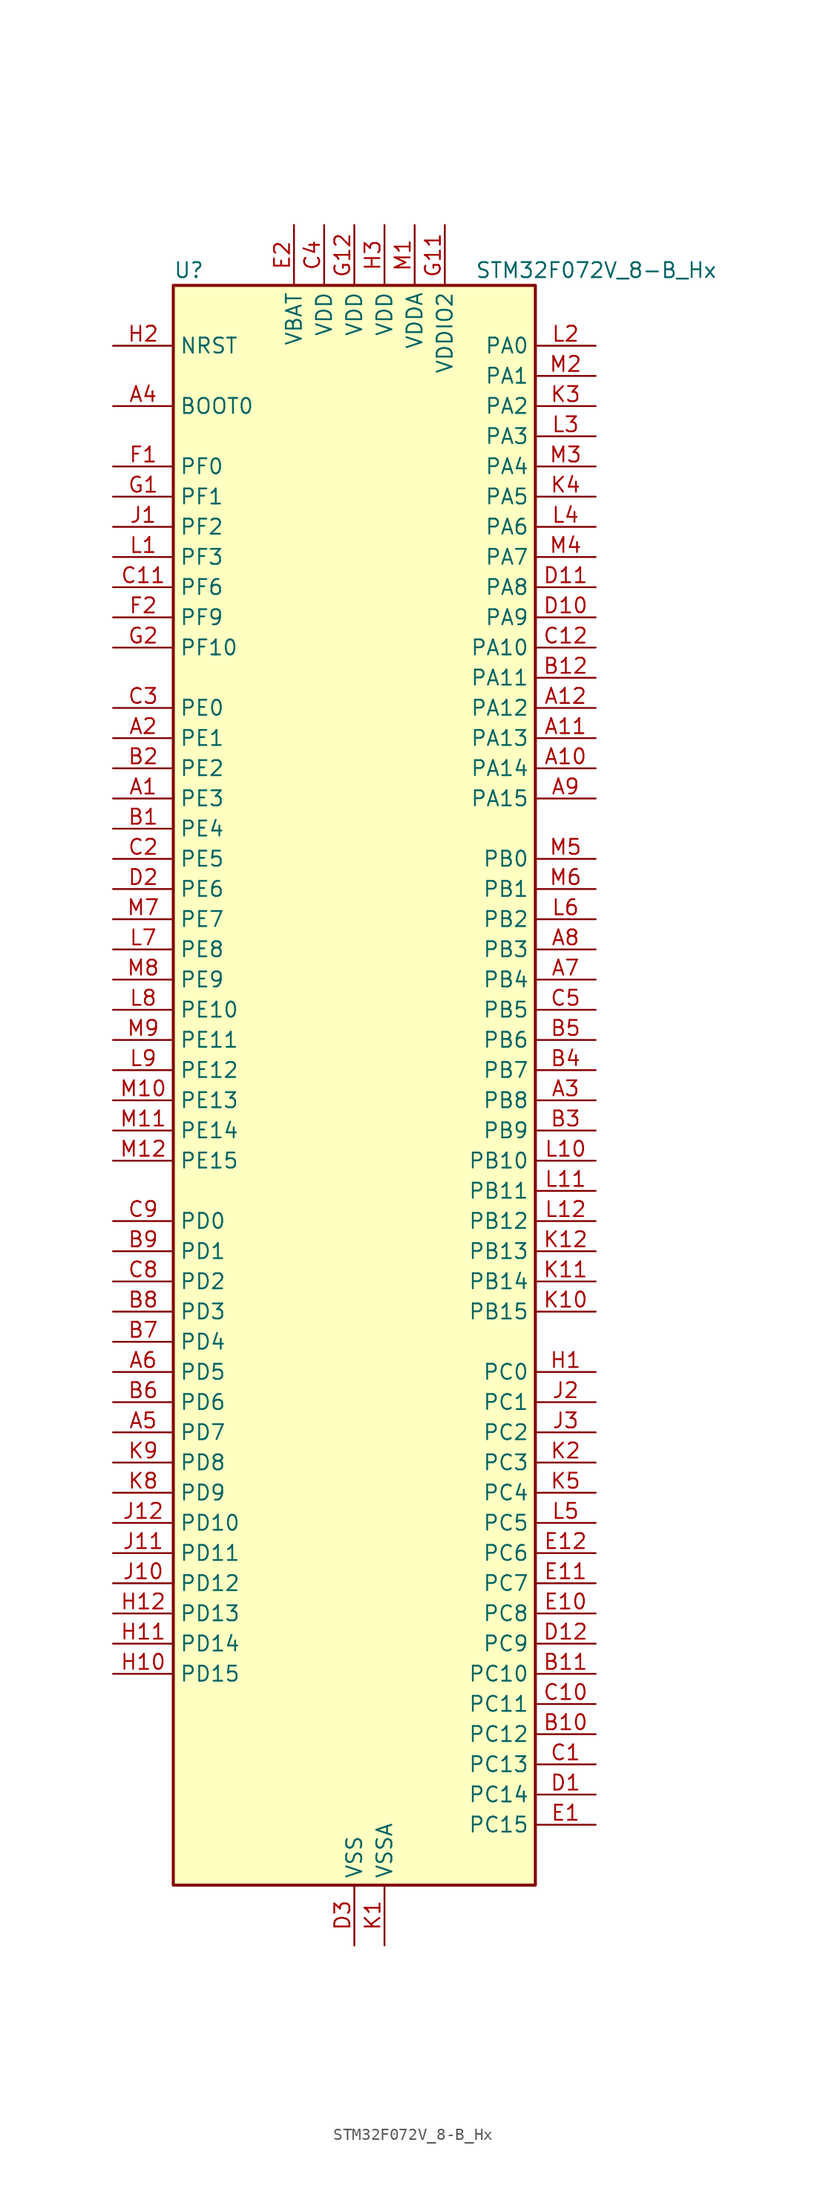
<source format=kicad_sym>
(kicad_symbol_lib
  (version 20241209)
  (generator "kicad_symbol_editor")
  (generator_version "9.0")
  (symbol "STM32F072V_8-B_Hx"
    (property "Reference" "U"
      (at -15.24 69.85 0)
      (effects (font (size 1.27 1.27)) (justify left)))
    (property "Value" "STM32F072V_8-B_Hx"
      (at 10.16 69.85 0)
      (effects (font (size 1.27 1.27)) (justify left)))
    (symbol "STM32F072V_8-B_Hx_0_1"
      (rectangle (start -15.24 -66.04) (end 15.24 68.58) (stroke (width 0.254) (type default)) (fill (type background))))
    (symbol "STM32F072V_8-B_Hx_1_1"
      (pin input line (at -20.32 63.5 0) (length 5.08) (name "NRST" (effects (font (size 1.27 1.27)))) (number "H2" (effects (font (size 1.27 1.27)))))
      (pin input line (at -20.32 58.42 0) (length 5.08) (name "BOOT0" (effects (font (size 1.27 1.27)))) (number "A4" (effects (font (size 1.27 1.27)))))
      (pin bidirectional line (at -20.32 53.34 0) (length 5.08) (name "PF0" (effects (font (size 1.27 1.27)))) (number "F1" (effects (font (size 1.27 1.27)))) (alternate "CRS_SYNC" bidirectional line) (alternate "RCC_OSC_IN" bidirectional line))
      (pin bidirectional line (at -20.32 50.8 0) (length 5.08) (name "PF1" (effects (font (size 1.27 1.27)))) (number "G1" (effects (font (size 1.27 1.27)))) (alternate "RCC_OSC_OUT" bidirectional line))
      (pin bidirectional line (at -20.32 48.26 0) (length 5.08) (name "PF2" (effects (font (size 1.27 1.27)))) (number "J1" (effects (font (size 1.27 1.27)))) (alternate "SYS_WKUP8" bidirectional line))
      (pin bidirectional line (at -20.32 45.72 0) (length 5.08) (name "PF3" (effects (font (size 1.27 1.27)))) (number "L1" (effects (font (size 1.27 1.27)))))
      (pin bidirectional line (at -20.32 43.18 0) (length 5.08) (name "PF6" (effects (font (size 1.27 1.27)))) (number "C11" (effects (font (size 1.27 1.27)))))
      (pin bidirectional line (at -20.32 40.64 0) (length 5.08) (name "PF9" (effects (font (size 1.27 1.27)))) (number "F2" (effects (font (size 1.27 1.27)))) (alternate "DAC_EXTI9" bidirectional line) (alternate "TIM15_CH1" bidirectional line))
      (pin bidirectional line (at -20.32 38.1 0) (length 5.08) (name "PF10" (effects (font (size 1.27 1.27)))) (number "G2" (effects (font (size 1.27 1.27)))) (alternate "TIM15_CH2" bidirectional line))
      (pin bidirectional line (at -20.32 33.02 0) (length 5.08) (name "PE0" (effects (font (size 1.27 1.27)))) (number "C3" (effects (font (size 1.27 1.27)))) (alternate "TIM16_CH1" bidirectional line))
      (pin bidirectional line (at -20.32 30.48 0) (length 5.08) (name "PE1" (effects (font (size 1.27 1.27)))) (number "A2" (effects (font (size 1.27 1.27)))) (alternate "TIM17_CH1" bidirectional line))
      (pin bidirectional line (at -20.32 27.94 0) (length 5.08) (name "PE2" (effects (font (size 1.27 1.27)))) (number "B2" (effects (font (size 1.27 1.27)))) (alternate "TIM3_ETR" bidirectional line) (alternate "TSC_G7_IO1" bidirectional line))
      (pin bidirectional line (at -20.32 25.4 0) (length 5.08) (name "PE3" (effects (font (size 1.27 1.27)))) (number "A1" (effects (font (size 1.27 1.27)))) (alternate "TIM3_CH1" bidirectional line) (alternate "TSC_G7_IO2" bidirectional line))
      (pin bidirectional line (at -20.32 22.86 0) (length 5.08) (name "PE4" (effects (font (size 1.27 1.27)))) (number "B1" (effects (font (size 1.27 1.27)))) (alternate "TIM3_CH2" bidirectional line) (alternate "TSC_G7_IO3" bidirectional line))
      (pin bidirectional line (at -20.32 20.32 0) (length 5.08) (name "PE5" (effects (font (size 1.27 1.27)))) (number "C2" (effects (font (size 1.27 1.27)))) (alternate "TIM3_CH3" bidirectional line) (alternate "TSC_G7_IO4" bidirectional line))
      (pin bidirectional line (at -20.32 17.78 0) (length 5.08) (name "PE6" (effects (font (size 1.27 1.27)))) (number "D2" (effects (font (size 1.27 1.27)))) (alternate "RTC_TAMP3" bidirectional line) (alternate "SYS_WKUP3" bidirectional line) (alternate "TIM3_CH4" bidirectional line))
      (pin bidirectional line (at -20.32 15.24 0) (length 5.08) (name "PE7" (effects (font (size 1.27 1.27)))) (number "M7" (effects (font (size 1.27 1.27)))) (alternate "TIM1_ETR" bidirectional line))
      (pin bidirectional line (at -20.32 12.7 0) (length 5.08) (name "PE8" (effects (font (size 1.27 1.27)))) (number "L7" (effects (font (size 1.27 1.27)))) (alternate "TIM1_CH1N" bidirectional line))
      (pin bidirectional line (at -20.32 10.16 0) (length 5.08) (name "PE9" (effects (font (size 1.27 1.27)))) (number "M8" (effects (font (size 1.27 1.27)))) (alternate "DAC_EXTI9" bidirectional line) (alternate "TIM1_CH1" bidirectional line))
      (pin bidirectional line (at -20.32 7.62 0) (length 5.08) (name "PE10" (effects (font (size 1.27 1.27)))) (number "L8" (effects (font (size 1.27 1.27)))) (alternate "TIM1_CH2N" bidirectional line))
      (pin bidirectional line (at -20.32 5.08 0) (length 5.08) (name "PE11" (effects (font (size 1.27 1.27)))) (number "M9" (effects (font (size 1.27 1.27)))) (alternate "TIM1_CH2" bidirectional line))
      (pin bidirectional line (at -20.32 2.54 0) (length 5.08) (name "PE12" (effects (font (size 1.27 1.27)))) (number "L9" (effects (font (size 1.27 1.27)))) (alternate "I2S1_WS" bidirectional line) (alternate "SPI1_NSS" bidirectional line) (alternate "TIM1_CH3N" bidirectional line))
      (pin bidirectional line (at -20.32 0 0) (length 5.08) (name "PE13" (effects (font (size 1.27 1.27)))) (number "M10" (effects (font (size 1.27 1.27)))) (alternate "I2S1_CK" bidirectional line) (alternate "SPI1_SCK" bidirectional line) (alternate "TIM1_CH3" bidirectional line))
      (pin bidirectional line (at -20.32 -2.54 0) (length 5.08) (name "PE14" (effects (font (size 1.27 1.27)))) (number "M11" (effects (font (size 1.27 1.27)))) (alternate "I2S1_MCK" bidirectional line) (alternate "SPI1_MISO" bidirectional line) (alternate "TIM1_CH4" bidirectional line))
      (pin bidirectional line (at -20.32 -5.08 0) (length 5.08) (name "PE15" (effects (font (size 1.27 1.27)))) (number "M12" (effects (font (size 1.27 1.27)))) (alternate "I2S1_SD" bidirectional line) (alternate "SPI1_MOSI" bidirectional line) (alternate "TIM1_BKIN" bidirectional line))
      (pin bidirectional line (at -20.32 -10.16 0) (length 5.08) (name "PD0" (effects (font (size 1.27 1.27)))) (number "C9" (effects (font (size 1.27 1.27)))) (alternate "CAN_RX" bidirectional line) (alternate "I2S2_WS" bidirectional line) (alternate "SPI2_NSS" bidirectional line))
      (pin bidirectional line (at -20.32 -12.7 0) (length 5.08) (name "PD1" (effects (font (size 1.27 1.27)))) (number "B9" (effects (font (size 1.27 1.27)))) (alternate "CAN_TX" bidirectional line) (alternate "I2S2_CK" bidirectional line) (alternate "SPI2_SCK" bidirectional line))
      (pin bidirectional line (at -20.32 -15.24 0) (length 5.08) (name "PD2" (effects (font (size 1.27 1.27)))) (number "C8" (effects (font (size 1.27 1.27)))) (alternate "TIM3_ETR" bidirectional line) (alternate "USART3_DE" bidirectional line) (alternate "USART3_RTS" bidirectional line))
      (pin bidirectional line (at -20.32 -17.78 0) (length 5.08) (name "PD3" (effects (font (size 1.27 1.27)))) (number "B8" (effects (font (size 1.27 1.27)))) (alternate "I2S2_MCK" bidirectional line) (alternate "SPI2_MISO" bidirectional line) (alternate "USART2_CTS" bidirectional line))
      (pin bidirectional line (at -20.32 -20.32 0) (length 5.08) (name "PD4" (effects (font (size 1.27 1.27)))) (number "B7" (effects (font (size 1.27 1.27)))) (alternate "I2S2_SD" bidirectional line) (alternate "SPI2_MOSI" bidirectional line) (alternate "USART2_DE" bidirectional line) (alternate "USART2_RTS" bidirectional line))
      (pin bidirectional line (at -20.32 -22.86 0) (length 5.08) (name "PD5" (effects (font (size 1.27 1.27)))) (number "A6" (effects (font (size 1.27 1.27)))) (alternate "USART2_TX" bidirectional line))
      (pin bidirectional line (at -20.32 -25.4 0) (length 5.08) (name "PD6" (effects (font (size 1.27 1.27)))) (number "B6" (effects (font (size 1.27 1.27)))) (alternate "USART2_RX" bidirectional line))
      (pin bidirectional line (at -20.32 -27.94 0) (length 5.08) (name "PD7" (effects (font (size 1.27 1.27)))) (number "A5" (effects (font (size 1.27 1.27)))) (alternate "USART2_CK" bidirectional line))
      (pin bidirectional line (at -20.32 -30.48 0) (length 5.08) (name "PD8" (effects (font (size 1.27 1.27)))) (number "K9" (effects (font (size 1.27 1.27)))) (alternate "USART3_TX" bidirectional line))
      (pin bidirectional line (at -20.32 -33.02 0) (length 5.08) (name "PD9" (effects (font (size 1.27 1.27)))) (number "K8" (effects (font (size 1.27 1.27)))) (alternate "DAC_EXTI9" bidirectional line) (alternate "USART3_RX" bidirectional line))
      (pin bidirectional line (at -20.32 -35.56 0) (length 5.08) (name "PD10" (effects (font (size 1.27 1.27)))) (number "J12" (effects (font (size 1.27 1.27)))) (alternate "USART3_CK" bidirectional line))
      (pin bidirectional line (at -20.32 -38.1 0) (length 5.08) (name "PD11" (effects (font (size 1.27 1.27)))) (number "J11" (effects (font (size 1.27 1.27)))) (alternate "USART3_CTS" bidirectional line))
      (pin bidirectional line (at -20.32 -40.64 0) (length 5.08) (name "PD12" (effects (font (size 1.27 1.27)))) (number "J10" (effects (font (size 1.27 1.27)))) (alternate "TSC_G8_IO1" bidirectional line) (alternate "USART3_DE" bidirectional line) (alternate "USART3_RTS" bidirectional line))
      (pin bidirectional line (at -20.32 -43.18 0) (length 5.08) (name "PD13" (effects (font (size 1.27 1.27)))) (number "H12" (effects (font (size 1.27 1.27)))) (alternate "TSC_G8_IO2" bidirectional line))
      (pin bidirectional line (at -20.32 -45.72 0) (length 5.08) (name "PD14" (effects (font (size 1.27 1.27)))) (number "H11" (effects (font (size 1.27 1.27)))) (alternate "TSC_G8_IO3" bidirectional line))
      (pin bidirectional line (at -20.32 -48.26 0) (length 5.08) (name "PD15" (effects (font (size 1.27 1.27)))) (number "H10" (effects (font (size 1.27 1.27)))) (alternate "CRS_SYNC" bidirectional line) (alternate "TSC_G8_IO4" bidirectional line))
      (pin no_connect line (at -15.24 -66.04 0) (length 5.08) (hide yes) (name "NC" (effects (font (size 1.27 1.27)))) (number "E3" (effects (font (size 1.27 1.27)))))
      (pin power_in line (at -5.08 73.66 270) (length 5.08) (name "VBAT" (effects (font (size 1.27 1.27)))) (number "E2" (effects (font (size 1.27 1.27)))))
      (pin power_in line (at -2.54 73.66 270) (length 5.08) (name "VDD" (effects (font (size 1.27 1.27)))) (number "C4" (effects (font (size 1.27 1.27)))))
      (pin power_in line (at 0 73.66 270) (length 5.08) (name "VDD" (effects (font (size 1.27 1.27)))) (number "G12" (effects (font (size 1.27 1.27)))))
      (pin power_in line (at 0 -71.12 90) (length 5.08) (name "VSS" (effects (font (size 1.27 1.27)))) (number "D3" (effects (font (size 1.27 1.27)))))
      (pin passive line (at 0 -71.12 90) (length 5.08) (hide yes) (name "VSS" (effects (font (size 1.27 1.27)))) (number "F11" (effects (font (size 1.27 1.27)))))
      (pin passive line (at 0 -71.12 90) (length 5.08) (hide yes) (name "VSS" (effects (font (size 1.27 1.27)))) (number "F12" (effects (font (size 1.27 1.27)))))
      (pin power_in line (at 2.54 73.66 270) (length 5.08) (name "VDD" (effects (font (size 1.27 1.27)))) (number "H3" (effects (font (size 1.27 1.27)))))
      (pin power_in line (at 2.54 -71.12 90) (length 5.08) (name "VSSA" (effects (font (size 1.27 1.27)))) (number "K1" (effects (font (size 1.27 1.27)))))
      (pin power_in line (at 5.08 73.66 270) (length 5.08) (name "VDDA" (effects (font (size 1.27 1.27)))) (number "M1" (effects (font (size 1.27 1.27)))))
      (pin power_in line (at 7.62 73.66 270) (length 5.08) (name "VDDIO2" (effects (font (size 1.27 1.27)))) (number "G11" (effects (font (size 1.27 1.27)))))
      (pin bidirectional line (at 20.32 63.5 180) (length 5.08) (name "PA0" (effects (font (size 1.27 1.27)))) (number "L2" (effects (font (size 1.27 1.27)))) (alternate "ADC_IN0" bidirectional line) (alternate "COMP1_INM" bidirectional line) (alternate "COMP1_OUT" bidirectional line) (alternate "RTC_TAMP2" bidirectional line) (alternate "SYS_WKUP1" bidirectional line) (alternate "TIM2_CH1" bidirectional line) (alternate "TIM2_ETR" bidirectional line) (alternate "TSC_G1_IO1" bidirectional line) (alternate "USART2_CTS" bidirectional line) (alternate "USART4_TX" bidirectional line))
      (pin bidirectional line (at 20.32 60.96 180) (length 5.08) (name "PA1" (effects (font (size 1.27 1.27)))) (number "M2" (effects (font (size 1.27 1.27)))) (alternate "ADC_IN1" bidirectional line) (alternate "COMP1_INP" bidirectional line) (alternate "TIM15_CH1N" bidirectional line) (alternate "TIM2_CH2" bidirectional line) (alternate "TSC_G1_IO2" bidirectional line) (alternate "USART2_DE" bidirectional line) (alternate "USART2_RTS" bidirectional line) (alternate "USART4_RX" bidirectional line))
      (pin bidirectional line (at 20.32 58.42 180) (length 5.08) (name "PA2" (effects (font (size 1.27 1.27)))) (number "K3" (effects (font (size 1.27 1.27)))) (alternate "ADC_IN2" bidirectional line) (alternate "COMP2_INM" bidirectional line) (alternate "COMP2_OUT" bidirectional line) (alternate "SYS_WKUP4" bidirectional line) (alternate "TIM15_CH1" bidirectional line) (alternate "TIM2_CH3" bidirectional line) (alternate "TSC_G1_IO3" bidirectional line) (alternate "USART2_TX" bidirectional line))
      (pin bidirectional line (at 20.32 55.88 180) (length 5.08) (name "PA3" (effects (font (size 1.27 1.27)))) (number "L3" (effects (font (size 1.27 1.27)))) (alternate "ADC_IN3" bidirectional line) (alternate "COMP2_INP" bidirectional line) (alternate "TIM15_CH2" bidirectional line) (alternate "TIM2_CH4" bidirectional line) (alternate "TSC_G1_IO4" bidirectional line) (alternate "USART2_RX" bidirectional line))
      (pin bidirectional line (at 20.32 53.34 180) (length 5.08) (name "PA4" (effects (font (size 1.27 1.27)))) (number "M3" (effects (font (size 1.27 1.27)))) (alternate "ADC_IN4" bidirectional line) (alternate "COMP1_INM" bidirectional line) (alternate "COMP2_INM" bidirectional line) (alternate "DAC_OUT1" bidirectional line) (alternate "I2S1_WS" bidirectional line) (alternate "SPI1_NSS" bidirectional line) (alternate "TIM14_CH1" bidirectional line) (alternate "TSC_G2_IO1" bidirectional line) (alternate "USART2_CK" bidirectional line))
      (pin bidirectional line (at 20.32 50.8 180) (length 5.08) (name "PA5" (effects (font (size 1.27 1.27)))) (number "K4" (effects (font (size 1.27 1.27)))) (alternate "ADC_IN5" bidirectional line) (alternate "CEC" bidirectional line) (alternate "COMP1_INM" bidirectional line) (alternate "COMP2_INM" bidirectional line) (alternate "DAC_OUT2" bidirectional line) (alternate "I2S1_CK" bidirectional line) (alternate "SPI1_SCK" bidirectional line) (alternate "TIM2_CH1" bidirectional line) (alternate "TIM2_ETR" bidirectional line) (alternate "TSC_G2_IO2" bidirectional line))
      (pin bidirectional line (at 20.32 48.26 180) (length 5.08) (name "PA6" (effects (font (size 1.27 1.27)))) (number "L4" (effects (font (size 1.27 1.27)))) (alternate "ADC_IN6" bidirectional line) (alternate "COMP1_OUT" bidirectional line) (alternate "I2S1_MCK" bidirectional line) (alternate "SPI1_MISO" bidirectional line) (alternate "TIM16_CH1" bidirectional line) (alternate "TIM1_BKIN" bidirectional line) (alternate "TIM3_CH1" bidirectional line) (alternate "TSC_G2_IO3" bidirectional line) (alternate "USART3_CTS" bidirectional line))
      (pin bidirectional line (at 20.32 45.72 180) (length 5.08) (name "PA7" (effects (font (size 1.27 1.27)))) (number "M4" (effects (font (size 1.27 1.27)))) (alternate "ADC_IN7" bidirectional line) (alternate "COMP2_OUT" bidirectional line) (alternate "I2S1_SD" bidirectional line) (alternate "SPI1_MOSI" bidirectional line) (alternate "TIM14_CH1" bidirectional line) (alternate "TIM17_CH1" bidirectional line) (alternate "TIM1_CH1N" bidirectional line) (alternate "TIM3_CH2" bidirectional line) (alternate "TSC_G2_IO4" bidirectional line))
      (pin bidirectional line (at 20.32 43.18 180) (length 5.08) (name "PA8" (effects (font (size 1.27 1.27)))) (number "D11" (effects (font (size 1.27 1.27)))) (alternate "CRS_SYNC" bidirectional line) (alternate "RCC_MCO" bidirectional line) (alternate "TIM1_CH1" bidirectional line) (alternate "USART1_CK" bidirectional line))
      (pin bidirectional line (at 20.32 40.64 180) (length 5.08) (name "PA9" (effects (font (size 1.27 1.27)))) (number "D10" (effects (font (size 1.27 1.27)))) (alternate "DAC_EXTI9" bidirectional line) (alternate "TIM15_BKIN" bidirectional line) (alternate "TIM1_CH2" bidirectional line) (alternate "TSC_G4_IO1" bidirectional line) (alternate "USART1_TX" bidirectional line))
      (pin bidirectional line (at 20.32 38.1 180) (length 5.08) (name "PA10" (effects (font (size 1.27 1.27)))) (number "C12" (effects (font (size 1.27 1.27)))) (alternate "TIM17_BKIN" bidirectional line) (alternate "TIM1_CH3" bidirectional line) (alternate "TSC_G4_IO2" bidirectional line) (alternate "USART1_RX" bidirectional line))
      (pin bidirectional line (at 20.32 35.56 180) (length 5.08) (name "PA11" (effects (font (size 1.27 1.27)))) (number "B12" (effects (font (size 1.27 1.27)))) (alternate "CAN_RX" bidirectional line) (alternate "COMP1_OUT" bidirectional line) (alternate "TIM1_CH4" bidirectional line) (alternate "TSC_G4_IO3" bidirectional line) (alternate "USART1_CTS" bidirectional line) (alternate "USB_DM" bidirectional line))
      (pin bidirectional line (at 20.32 33.02 180) (length 5.08) (name "PA12" (effects (font (size 1.27 1.27)))) (number "A12" (effects (font (size 1.27 1.27)))) (alternate "CAN_TX" bidirectional line) (alternate "COMP2_OUT" bidirectional line) (alternate "TIM1_ETR" bidirectional line) (alternate "TSC_G4_IO4" bidirectional line) (alternate "USART1_DE" bidirectional line) (alternate "USART1_RTS" bidirectional line) (alternate "USB_DP" bidirectional line))
      (pin bidirectional line (at 20.32 30.48 180) (length 5.08) (name "PA13" (effects (font (size 1.27 1.27)))) (number "A11" (effects (font (size 1.27 1.27)))) (alternate "IR_OUT" bidirectional line) (alternate "SYS_SWDIO" bidirectional line) (alternate "USB_NOE" bidirectional line))
      (pin bidirectional line (at 20.32 27.94 180) (length 5.08) (name "PA14" (effects (font (size 1.27 1.27)))) (number "A10" (effects (font (size 1.27 1.27)))) (alternate "SYS_SWCLK" bidirectional line) (alternate "USART2_TX" bidirectional line))
      (pin bidirectional line (at 20.32 25.4 180) (length 5.08) (name "PA15" (effects (font (size 1.27 1.27)))) (number "A9" (effects (font (size 1.27 1.27)))) (alternate "I2S1_WS" bidirectional line) (alternate "SPI1_NSS" bidirectional line) (alternate "TIM2_CH1" bidirectional line) (alternate "TIM2_ETR" bidirectional line) (alternate "USART2_RX" bidirectional line) (alternate "USART4_DE" bidirectional line) (alternate "USART4_RTS" bidirectional line))
      (pin bidirectional line (at 20.32 20.32 180) (length 5.08) (name "PB0" (effects (font (size 1.27 1.27)))) (number "M5" (effects (font (size 1.27 1.27)))) (alternate "ADC_IN8" bidirectional line) (alternate "TIM1_CH2N" bidirectional line) (alternate "TIM3_CH3" bidirectional line) (alternate "TSC_G3_IO2" bidirectional line) (alternate "USART3_CK" bidirectional line))
      (pin bidirectional line (at 20.32 17.78 180) (length 5.08) (name "PB1" (effects (font (size 1.27 1.27)))) (number "M6" (effects (font (size 1.27 1.27)))) (alternate "ADC_IN9" bidirectional line) (alternate "TIM14_CH1" bidirectional line) (alternate "TIM1_CH3N" bidirectional line) (alternate "TIM3_CH4" bidirectional line) (alternate "TSC_G3_IO3" bidirectional line) (alternate "USART3_DE" bidirectional line) (alternate "USART3_RTS" bidirectional line))
      (pin bidirectional line (at 20.32 15.24 180) (length 5.08) (name "PB2" (effects (font (size 1.27 1.27)))) (number "L6" (effects (font (size 1.27 1.27)))) (alternate "TSC_G3_IO4" bidirectional line))
      (pin bidirectional line (at 20.32 12.7 180) (length 5.08) (name "PB3" (effects (font (size 1.27 1.27)))) (number "A8" (effects (font (size 1.27 1.27)))) (alternate "I2S1_CK" bidirectional line) (alternate "SPI1_SCK" bidirectional line) (alternate "TIM2_CH2" bidirectional line) (alternate "TSC_G5_IO1" bidirectional line))
      (pin bidirectional line (at 20.32 10.16 180) (length 5.08) (name "PB4" (effects (font (size 1.27 1.27)))) (number "A7" (effects (font (size 1.27 1.27)))) (alternate "I2S1_MCK" bidirectional line) (alternate "SPI1_MISO" bidirectional line) (alternate "TIM17_BKIN" bidirectional line) (alternate "TIM3_CH1" bidirectional line) (alternate "TSC_G5_IO2" bidirectional line))
      (pin bidirectional line (at 20.32 7.62 180) (length 5.08) (name "PB5" (effects (font (size 1.27 1.27)))) (number "C5" (effects (font (size 1.27 1.27)))) (alternate "I2C1_SMBA" bidirectional line) (alternate "I2S1_SD" bidirectional line) (alternate "SPI1_MOSI" bidirectional line) (alternate "SYS_WKUP6" bidirectional line) (alternate "TIM16_BKIN" bidirectional line) (alternate "TIM3_CH2" bidirectional line))
      (pin bidirectional line (at 20.32 5.08 180) (length 5.08) (name "PB6" (effects (font (size 1.27 1.27)))) (number "B5" (effects (font (size 1.27 1.27)))) (alternate "I2C1_SCL" bidirectional line) (alternate "TIM16_CH1N" bidirectional line) (alternate "TSC_G5_IO3" bidirectional line) (alternate "USART1_TX" bidirectional line))
      (pin bidirectional line (at 20.32 2.54 180) (length 5.08) (name "PB7" (effects (font (size 1.27 1.27)))) (number "B4" (effects (font (size 1.27 1.27)))) (alternate "I2C1_SDA" bidirectional line) (alternate "TIM17_CH1N" bidirectional line) (alternate "TSC_G5_IO4" bidirectional line) (alternate "USART1_RX" bidirectional line) (alternate "USART4_CTS" bidirectional line))
      (pin bidirectional line (at 20.32 0 180) (length 5.08) (name "PB8" (effects (font (size 1.27 1.27)))) (number "A3" (effects (font (size 1.27 1.27)))) (alternate "CAN_RX" bidirectional line) (alternate "CEC" bidirectional line) (alternate "I2C1_SCL" bidirectional line) (alternate "TIM16_CH1" bidirectional line) (alternate "TSC_SYNC" bidirectional line))
      (pin bidirectional line (at 20.32 -2.54 180) (length 5.08) (name "PB9" (effects (font (size 1.27 1.27)))) (number "B3" (effects (font (size 1.27 1.27)))) (alternate "CAN_TX" bidirectional line) (alternate "DAC_EXTI9" bidirectional line) (alternate "I2C1_SDA" bidirectional line) (alternate "I2S2_WS" bidirectional line) (alternate "IR_OUT" bidirectional line) (alternate "SPI2_NSS" bidirectional line) (alternate "TIM17_CH1" bidirectional line))
      (pin bidirectional line (at 20.32 -5.08 180) (length 5.08) (name "PB10" (effects (font (size 1.27 1.27)))) (number "L10" (effects (font (size 1.27 1.27)))) (alternate "CEC" bidirectional line) (alternate "I2C2_SCL" bidirectional line) (alternate "I2S2_CK" bidirectional line) (alternate "SPI2_SCK" bidirectional line) (alternate "TIM2_CH3" bidirectional line) (alternate "TSC_SYNC" bidirectional line) (alternate "USART3_TX" bidirectional line))
      (pin bidirectional line (at 20.32 -7.62 180) (length 5.08) (name "PB11" (effects (font (size 1.27 1.27)))) (number "L11" (effects (font (size 1.27 1.27)))) (alternate "I2C2_SDA" bidirectional line) (alternate "TIM2_CH4" bidirectional line) (alternate "TSC_G6_IO1" bidirectional line) (alternate "USART3_RX" bidirectional line))
      (pin bidirectional line (at 20.32 -10.16 180) (length 5.08) (name "PB12" (effects (font (size 1.27 1.27)))) (number "L12" (effects (font (size 1.27 1.27)))) (alternate "I2S2_WS" bidirectional line) (alternate "SPI2_NSS" bidirectional line) (alternate "TIM15_BKIN" bidirectional line) (alternate "TIM1_BKIN" bidirectional line) (alternate "TSC_G6_IO2" bidirectional line) (alternate "USART3_CK" bidirectional line))
      (pin bidirectional line (at 20.32 -12.7 180) (length 5.08) (name "PB13" (effects (font (size 1.27 1.27)))) (number "K12" (effects (font (size 1.27 1.27)))) (alternate "I2C2_SCL" bidirectional line) (alternate "I2S2_CK" bidirectional line) (alternate "SPI2_SCK" bidirectional line) (alternate "TIM1_CH1N" bidirectional line) (alternate "TSC_G6_IO3" bidirectional line) (alternate "USART3_CTS" bidirectional line))
      (pin bidirectional line (at 20.32 -15.24 180) (length 5.08) (name "PB14" (effects (font (size 1.27 1.27)))) (number "K11" (effects (font (size 1.27 1.27)))) (alternate "I2C2_SDA" bidirectional line) (alternate "I2S2_MCK" bidirectional line) (alternate "SPI2_MISO" bidirectional line) (alternate "TIM15_CH1" bidirectional line) (alternate "TIM1_CH2N" bidirectional line) (alternate "TSC_G6_IO4" bidirectional line) (alternate "USART3_DE" bidirectional line) (alternate "USART3_RTS" bidirectional line))
      (pin bidirectional line (at 20.32 -17.78 180) (length 5.08) (name "PB15" (effects (font (size 1.27 1.27)))) (number "K10" (effects (font (size 1.27 1.27)))) (alternate "I2S2_SD" bidirectional line) (alternate "RTC_REFIN" bidirectional line) (alternate "SPI2_MOSI" bidirectional line) (alternate "SYS_WKUP7" bidirectional line) (alternate "TIM15_CH1N" bidirectional line) (alternate "TIM15_CH2" bidirectional line) (alternate "TIM1_CH3N" bidirectional line))
      (pin bidirectional line (at 20.32 -22.86 180) (length 5.08) (name "PC0" (effects (font (size 1.27 1.27)))) (number "H1" (effects (font (size 1.27 1.27)))) (alternate "ADC_IN10" bidirectional line))
      (pin bidirectional line (at 20.32 -25.4 180) (length 5.08) (name "PC1" (effects (font (size 1.27 1.27)))) (number "J2" (effects (font (size 1.27 1.27)))) (alternate "ADC_IN11" bidirectional line))
      (pin bidirectional line (at 20.32 -27.94 180) (length 5.08) (name "PC2" (effects (font (size 1.27 1.27)))) (number "J3" (effects (font (size 1.27 1.27)))) (alternate "ADC_IN12" bidirectional line) (alternate "I2S2_MCK" bidirectional line) (alternate "SPI2_MISO" bidirectional line))
      (pin bidirectional line (at 20.32 -30.48 180) (length 5.08) (name "PC3" (effects (font (size 1.27 1.27)))) (number "K2" (effects (font (size 1.27 1.27)))) (alternate "ADC_IN13" bidirectional line) (alternate "I2S2_SD" bidirectional line) (alternate "SPI2_MOSI" bidirectional line))
      (pin bidirectional line (at 20.32 -33.02 180) (length 5.08) (name "PC4" (effects (font (size 1.27 1.27)))) (number "K5" (effects (font (size 1.27 1.27)))) (alternate "ADC_IN14" bidirectional line) (alternate "USART3_TX" bidirectional line))
      (pin bidirectional line (at 20.32 -35.56 180) (length 5.08) (name "PC5" (effects (font (size 1.27 1.27)))) (number "L5" (effects (font (size 1.27 1.27)))) (alternate "ADC_IN15" bidirectional line) (alternate "SYS_WKUP5" bidirectional line) (alternate "TSC_G3_IO1" bidirectional line) (alternate "USART3_RX" bidirectional line))
      (pin bidirectional line (at 20.32 -38.1 180) (length 5.08) (name "PC6" (effects (font (size 1.27 1.27)))) (number "E12" (effects (font (size 1.27 1.27)))) (alternate "TIM3_CH1" bidirectional line))
      (pin bidirectional line (at 20.32 -40.64 180) (length 5.08) (name "PC7" (effects (font (size 1.27 1.27)))) (number "E11" (effects (font (size 1.27 1.27)))) (alternate "TIM3_CH2" bidirectional line))
      (pin bidirectional line (at 20.32 -43.18 180) (length 5.08) (name "PC8" (effects (font (size 1.27 1.27)))) (number "E10" (effects (font (size 1.27 1.27)))) (alternate "TIM3_CH3" bidirectional line))
      (pin bidirectional line (at 20.32 -45.72 180) (length 5.08) (name "PC9" (effects (font (size 1.27 1.27)))) (number "D12" (effects (font (size 1.27 1.27)))) (alternate "DAC_EXTI9" bidirectional line) (alternate "TIM3_CH4" bidirectional line))
      (pin bidirectional line (at 20.32 -48.26 180) (length 5.08) (name "PC10" (effects (font (size 1.27 1.27)))) (number "B11" (effects (font (size 1.27 1.27)))) (alternate "USART3_TX" bidirectional line) (alternate "USART4_TX" bidirectional line))
      (pin bidirectional line (at 20.32 -50.8 180) (length 5.08) (name "PC11" (effects (font (size 1.27 1.27)))) (number "C10" (effects (font (size 1.27 1.27)))) (alternate "USART3_RX" bidirectional line) (alternate "USART4_RX" bidirectional line))
      (pin bidirectional line (at 20.32 -53.34 180) (length 5.08) (name "PC12" (effects (font (size 1.27 1.27)))) (number "B10" (effects (font (size 1.27 1.27)))) (alternate "USART3_CK" bidirectional line) (alternate "USART4_CK" bidirectional line))
      (pin bidirectional line (at 20.32 -55.88 180) (length 5.08) (name "PC13" (effects (font (size 1.27 1.27)))) (number "C1" (effects (font (size 1.27 1.27)))) (alternate "RTC_OUT_ALARM" bidirectional line) (alternate "RTC_OUT_CALIB" bidirectional line) (alternate "RTC_TAMP1" bidirectional line) (alternate "RTC_TS" bidirectional line) (alternate "SYS_WKUP2" bidirectional line))
      (pin bidirectional line (at 20.32 -58.42 180) (length 5.08) (name "PC14" (effects (font (size 1.27 1.27)))) (number "D1" (effects (font (size 1.27 1.27)))) (alternate "RCC_OSC32_IN" bidirectional line))
      (pin bidirectional line (at 20.32 -60.96 180) (length 5.08) (name "PC15" (effects (font (size 1.27 1.27)))) (number "E1" (effects (font (size 1.27 1.27)))) (alternate "RCC_OSC32_OUT" bidirectional line)))))
</source>
